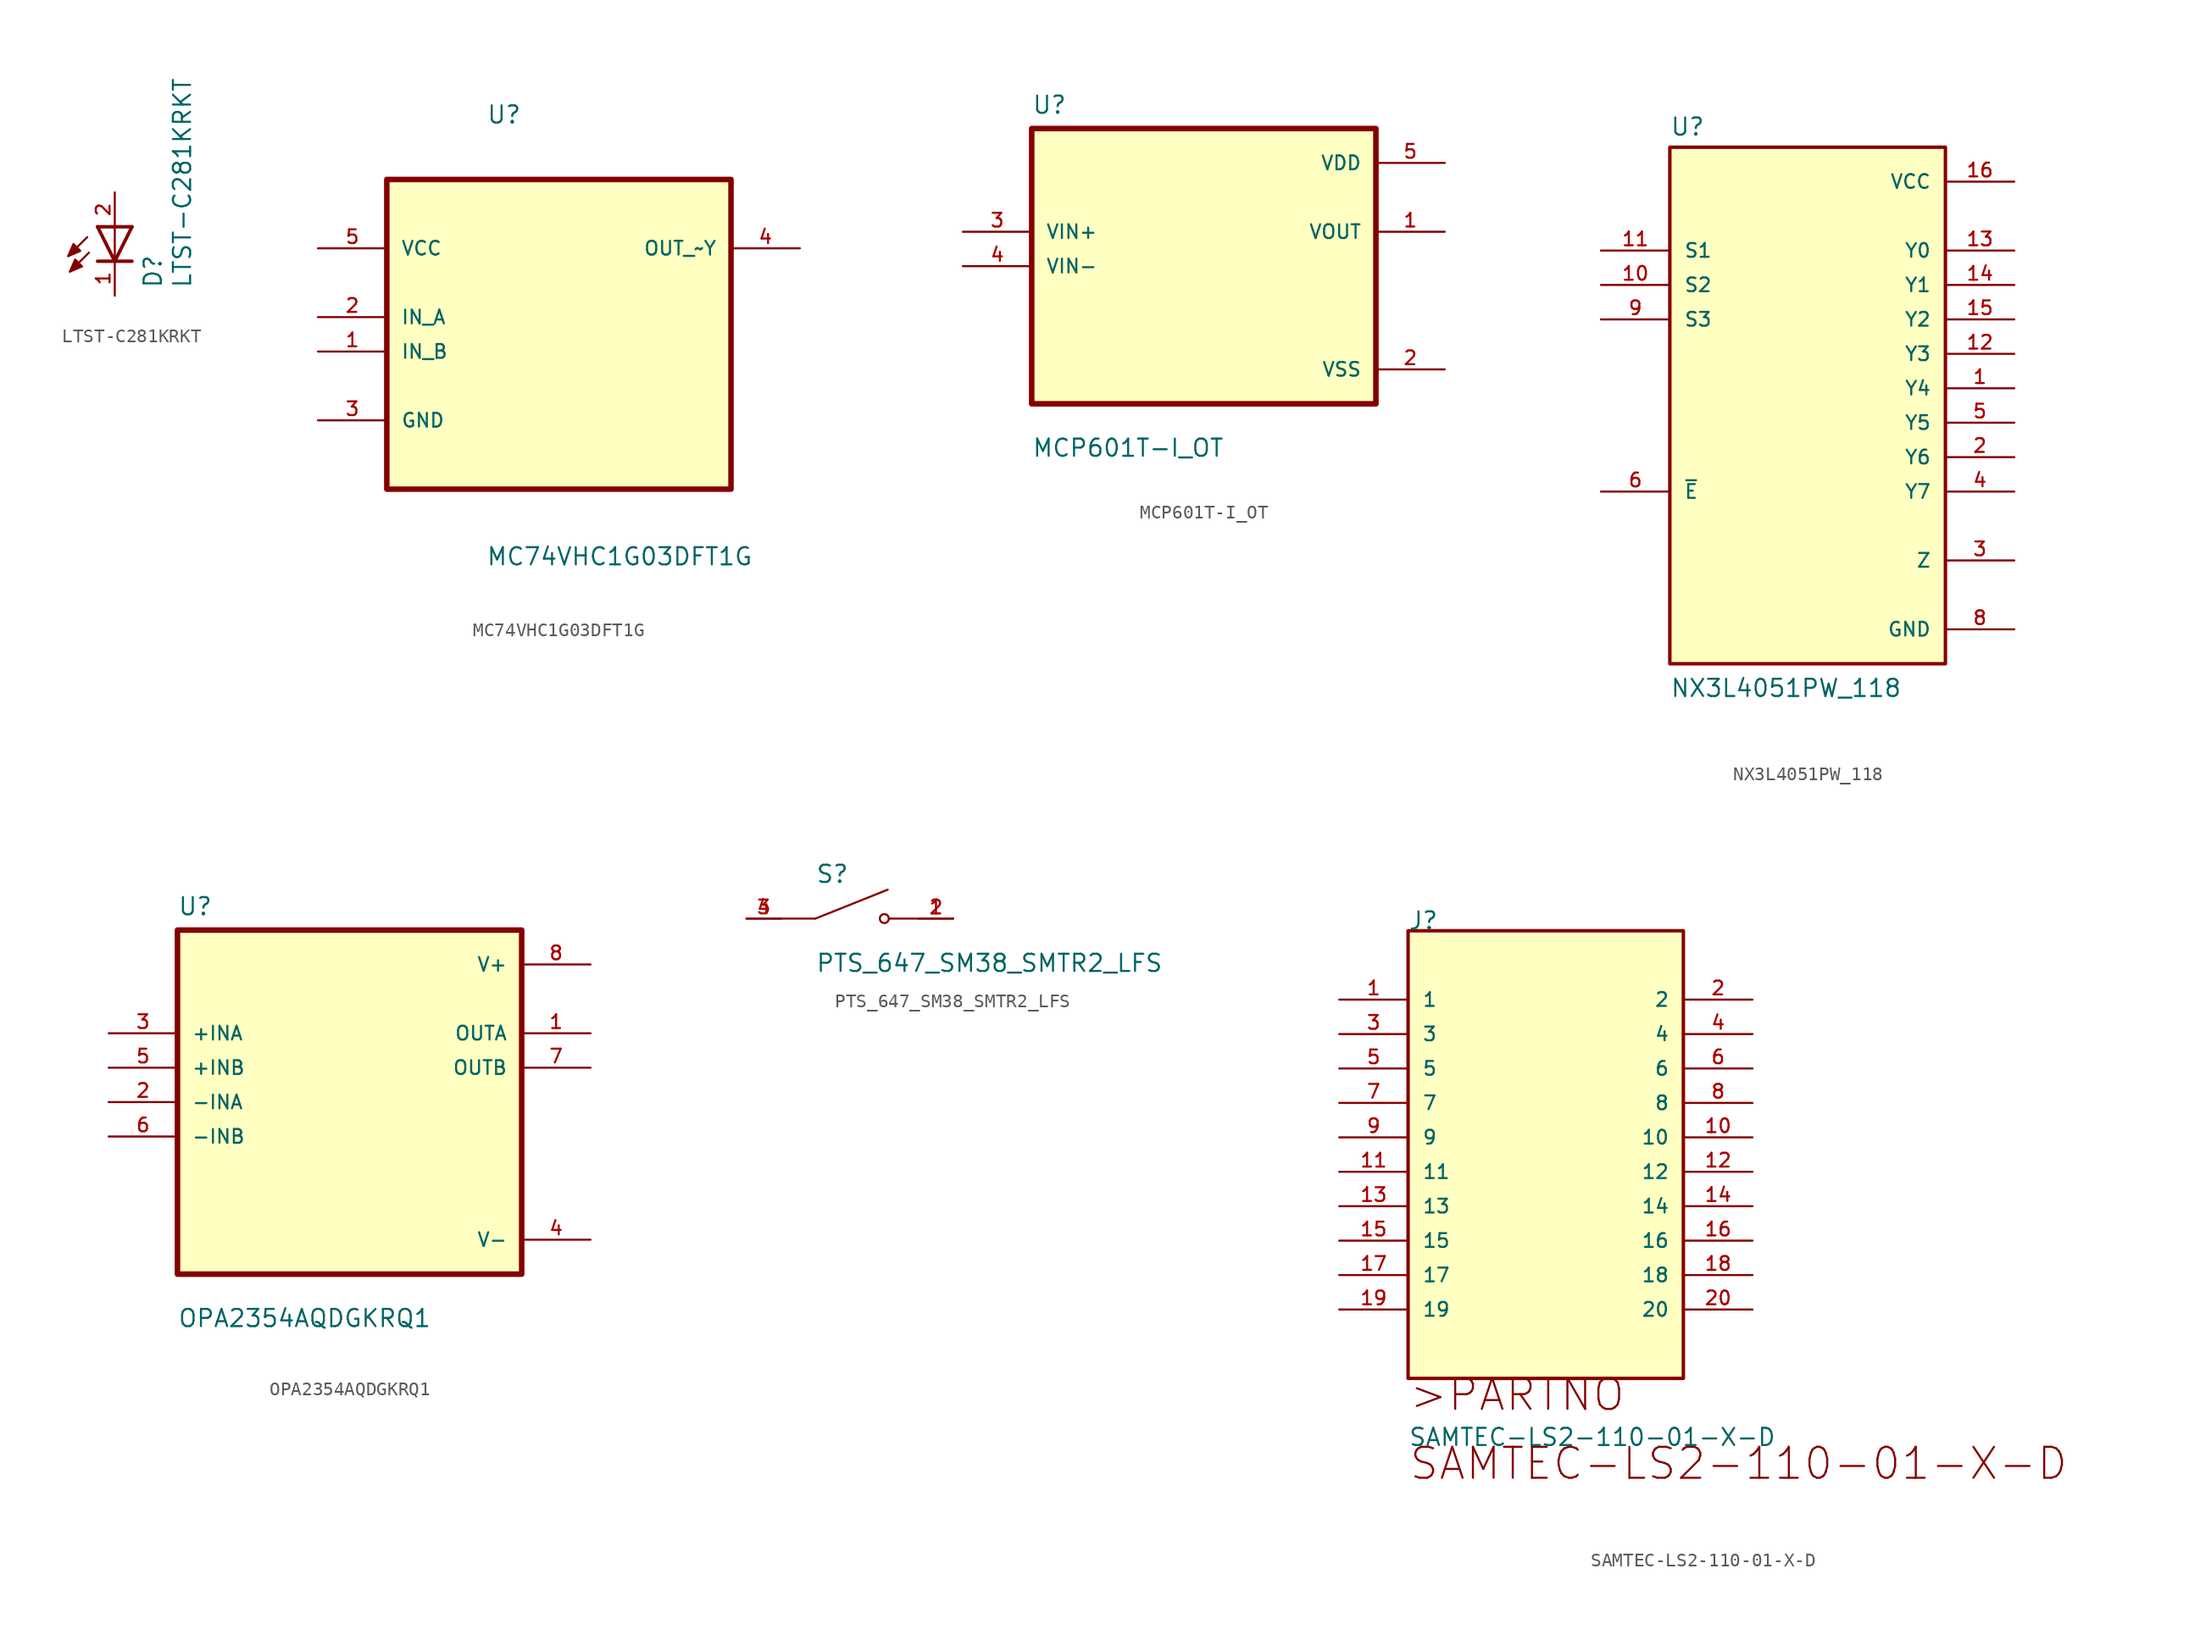
<source format=kicad_sym>
(kicad_symbol_lib
  (version 20231120)
  (generator "kicad_symbol_editor")
  (generator_version "8.0")
  (symbol "LTST-C281KRKT"
    (pin_names
      (offset 1.016))
    (property "Reference" "D"
      (at 3.556 -4.572 90)
      (effects (font (size 1.27 1.27)) (justify left bottom)))
    (property "Value" "LTST-C281KRKT"
      (at 5.715 -4.572 90)
      (effects (font (size 1.27 1.27)) (justify left bottom)))
    (symbol "LTST-C281KRKT_0_0"
      (polyline (pts (xy -2.032 -0.762) (xy -3.429 -2.159)) (stroke (width 0.152) (type default)) (fill (type none)))
      (polyline (pts (xy -1.905 -1.905) (xy -3.302 -3.302)) (stroke (width 0.152) (type default)) (fill (type none)))
      (polyline (pts (xy 0 -2.54) (xy -1.27 -2.54)) (stroke (width 0.254) (type default)) (fill (type none)))
      (polyline (pts (xy 0 -2.54) (xy -1.27 0)) (stroke (width 0.254) (type default)) (fill (type none)))
      (polyline (pts (xy 0 0) (xy -1.27 0)) (stroke (width 0.254) (type default)) (fill (type none)))
      (polyline (pts (xy 0 0) (xy 0 -2.54)) (stroke (width 0.152) (type default)) (fill (type none)))
      (polyline (pts (xy 1.27 -2.54) (xy 0 -2.54)) (stroke (width 0.254) (type default)) (fill (type none)))
      (polyline (pts (xy 1.27 0) (xy 0 -2.54)) (stroke (width 0.254) (type default)) (fill (type none)))
      (polyline (pts (xy 1.27 0) (xy 0 0)) (stroke (width 0.254) (type default)) (fill (type none)))
      (polyline (pts (xy -3.429 -2.159) (xy -3.048 -1.27) (xy -2.54 -1.778) (xy -3.429 -2.159)) (stroke (width 0.152) (type default)) (fill (type outline)))
      (polyline (pts (xy -3.302 -3.302) (xy -2.921 -2.413) (xy -2.413 -2.921) (xy -3.302 -3.302)) (stroke (width 0.152) (type default)) (fill (type outline)))
      (pin passive line (at 0 -5.08 90) (length 2.54) (name "~" (effects (font (size 1.016 1.016)))) (number "1" (effects (font (size 1.016 1.016)))))
      (pin passive line (at 0 2.54 270) (length 2.54) (name "~" (effects (font (size 1.016 1.016)))) (number "2" (effects (font (size 1.016 1.016)))))))
  (symbol "MC74VHC1G03DFT1G"
    (pin_names
      (offset 1.016))
    (property "Reference" "U"
      (at -5.359 11.659 0)
      (effects (font (size 1.27 1.27)) (justify left bottom)))
    (property "Value" "MC74VHC1G03DFT1G"
      (at -5.385 -20.955 0)
      (effects (font (size 1.27 1.27)) (justify left bottom)))
    (symbol "MC74VHC1G03DFT1G_0_0"
      (rectangle (start -12.7 -15.24) (end 12.7 7.62) (stroke (width 0.406) (type default)) (fill (type background)))
      (pin input line (at -17.78 -5.08 0) (length 5.08) (name "IN_B" (effects (font (size 1.016 1.016)))) (number "1" (effects (font (size 1.016 1.016)))))
      (pin input line (at -17.78 -2.54 0) (length 5.08) (name "IN_A" (effects (font (size 1.016 1.016)))) (number "2" (effects (font (size 1.016 1.016)))))
      (pin passive line (at -17.78 -10.16 0) (length 5.08) (name "GND" (effects (font (size 1.016 1.016)))) (number "3" (effects (font (size 1.016 1.016)))))
      (pin output line (at 17.78 2.54 180) (length 5.08) (name "OUT_~Y" (effects (font (size 1.016 1.016)))) (number "4" (effects (font (size 1.016 1.016)))))
      (pin power_in line (at -17.78 2.54 0) (length 5.08) (name "VCC" (effects (font (size 1.016 1.016)))) (number "5" (effects (font (size 1.016 1.016)))))))
  (symbol "MCP601T-I_OT"
    (pin_names
      (offset 1.016))
    (property "Reference" "U"
      (at -12.7 11.16 0)
      (effects (font (size 1.27 1.27)) (justify left bottom)))
    (property "Value" "MCP601T-I_OT"
      (at -12.7 -14.16 0)
      (effects (font (size 1.27 1.27)) (justify left bottom)))
    (symbol "MCP601T-I_OT_0_0"
      (rectangle (start -12.7 -10.16) (end 12.7 10.16) (stroke (width 0.41) (type default)) (fill (type background)))
      (pin output line (at 17.78 2.54 180) (length 5.08) (name "VOUT" (effects (font (size 1.016 1.016)))) (number "1" (effects (font (size 1.016 1.016)))))
      (pin power_in line (at 17.78 -7.62 180) (length 5.08) (name "VSS" (effects (font (size 1.016 1.016)))) (number "2" (effects (font (size 1.016 1.016)))))
      (pin input line (at -17.78 2.54 0) (length 5.08) (name "VIN+" (effects (font (size 1.016 1.016)))) (number "3" (effects (font (size 1.016 1.016)))))
      (pin input line (at -17.78 0 0) (length 5.08) (name "VIN-" (effects (font (size 1.016 1.016)))) (number "4" (effects (font (size 1.016 1.016)))))
      (pin power_in line (at 17.78 7.62 180) (length 5.08) (name "VDD" (effects (font (size 1.016 1.016)))) (number "5" (effects (font (size 1.016 1.016)))))))
  (symbol "NX3L4051PW_118"
    (pin_names
      (offset 1.016))
    (property "Reference" "U"
      (at -10.16 18.542 0)
      (effects (font (size 1.27 1.27)) (justify left bottom)))
    (property "Value" "NX3L4051PW_118"
      (at -10.16 -22.86 0)
      (effects (font (size 1.27 1.27)) (justify left bottom)))
    (symbol "NX3L4051PW_118_0_0"
      (rectangle (start -10.16 -20.32) (end 10.16 17.78) (stroke (width 0.254) (type default)) (fill (type background)))
      (pin bidirectional line (at 15.24 0 180) (length 5.08) (name "Y4" (effects (font (size 1.016 1.016)))) (number "1" (effects (font (size 1.016 1.016)))))
      (pin input line (at -15.24 7.62 0) (length 5.08) (name "S2" (effects (font (size 1.016 1.016)))) (number "10" (effects (font (size 1.016 1.016)))))
      (pin input line (at -15.24 10.16 0) (length 5.08) (name "S1" (effects (font (size 1.016 1.016)))) (number "11" (effects (font (size 1.016 1.016)))))
      (pin bidirectional line (at 15.24 2.54 180) (length 5.08) (name "Y3" (effects (font (size 1.016 1.016)))) (number "12" (effects (font (size 1.016 1.016)))))
      (pin bidirectional line (at 15.24 10.16 180) (length 5.08) (name "Y0" (effects (font (size 1.016 1.016)))) (number "13" (effects (font (size 1.016 1.016)))))
      (pin bidirectional line (at 15.24 7.62 180) (length 5.08) (name "Y1" (effects (font (size 1.016 1.016)))) (number "14" (effects (font (size 1.016 1.016)))))
      (pin bidirectional line (at 15.24 5.08 180) (length 5.08) (name "Y2" (effects (font (size 1.016 1.016)))) (number "15" (effects (font (size 1.016 1.016)))))
      (pin power_in line (at 15.24 15.24 180) (length 5.08) (name "VCC" (effects (font (size 1.016 1.016)))) (number "16" (effects (font (size 1.016 1.016)))))
      (pin bidirectional line (at 15.24 -5.08 180) (length 5.08) (name "Y6" (effects (font (size 1.016 1.016)))) (number "2" (effects (font (size 1.016 1.016)))))
      (pin bidirectional line (at 15.24 -12.7 180) (length 5.08) (name "Z" (effects (font (size 1.016 1.016)))) (number "3" (effects (font (size 1.016 1.016)))))
      (pin bidirectional line (at 15.24 -7.62 180) (length 5.08) (name "Y7" (effects (font (size 1.016 1.016)))) (number "4" (effects (font (size 1.016 1.016)))))
      (pin bidirectional line (at 15.24 -2.54 180) (length 5.08) (name "Y5" (effects (font (size 1.016 1.016)))) (number "5" (effects (font (size 1.016 1.016)))))
      (pin input line (at -15.24 -7.62 0) (length 5.08) (name "~{E}" (effects (font (size 1.016 1.016)))) (number "6" (effects (font (size 1.016 1.016)))))
      (pin power_in line (at 15.24 -17.78 180) (length 5.08) (name "GND" (effects (font (size 1.016 1.016)))) (number "8" (effects (font (size 1.016 1.016)))))
      (pin input line (at -15.24 5.08 0) (length 5.08) (name "S3" (effects (font (size 1.016 1.016)))) (number "9" (effects (font (size 1.016 1.016)))))))
  (symbol "OPA2354AQDGKRQ1"
    (pin_names
      (offset 1.016))
    (property "Reference" "U"
      (at -12.7 13.7 0)
      (effects (font (size 1.27 1.27)) (justify left bottom)))
    (property "Value" "OPA2354AQDGKRQ1"
      (at -12.7 -16.7 0)
      (effects (font (size 1.27 1.27)) (justify left bottom)))
    (symbol "OPA2354AQDGKRQ1_0_0"
      (rectangle (start -12.7 -12.7) (end 12.7 12.7) (stroke (width 0.41) (type default)) (fill (type background)))
      (pin output line (at 17.78 5.08 180) (length 5.08) (name "OUTA" (effects (font (size 1.016 1.016)))) (number "1" (effects (font (size 1.016 1.016)))))
      (pin input line (at -17.78 0 0) (length 5.08) (name "-INA" (effects (font (size 1.016 1.016)))) (number "2" (effects (font (size 1.016 1.016)))))
      (pin input line (at -17.78 5.08 0) (length 5.08) (name "+INA" (effects (font (size 1.016 1.016)))) (number "3" (effects (font (size 1.016 1.016)))))
      (pin power_in line (at 17.78 -10.16 180) (length 5.08) (name "V-" (effects (font (size 1.016 1.016)))) (number "4" (effects (font (size 1.016 1.016)))))
      (pin input line (at -17.78 2.54 0) (length 5.08) (name "+INB" (effects (font (size 1.016 1.016)))) (number "5" (effects (font (size 1.016 1.016)))))
      (pin input line (at -17.78 -2.54 0) (length 5.08) (name "-INB" (effects (font (size 1.016 1.016)))) (number "6" (effects (font (size 1.016 1.016)))))
      (pin output line (at 17.78 2.54 180) (length 5.08) (name "OUTB" (effects (font (size 1.016 1.016)))) (number "7" (effects (font (size 1.016 1.016)))))
      (pin power_in line (at 17.78 10.16 180) (length 5.08) (name "V+" (effects (font (size 1.016 1.016)))) (number "8" (effects (font (size 1.016 1.016)))))))
  (symbol "PTS_647_SM38_SMTR2_LFS"
    (pin_names
      (offset 1.016))
    (property "Reference" "S"
      (at -2.54 2.54 0)
      (effects (font (size 1.27 1.27)) (justify left bottom)))
    (property "Value" "PTS_647_SM38_SMTR2_LFS"
      (at -2.54 -2.54 0)
      (effects (font (size 1.27 1.27)) (justify left top)))
    (symbol "PTS_647_SM38_SMTR2_LFS_0_0"
      (polyline (pts (xy -2.54 0) (xy -5.08 0)) (stroke (width 0.152) (type default)) (fill (type none)))
      (polyline (pts (xy -2.54 0) (xy 2.794 2.134)) (stroke (width 0.152) (type default)) (fill (type none)))
      (polyline (pts (xy 5.08 0) (xy 2.921 0)) (stroke (width 0.152) (type default)) (fill (type none)))
      (circle (center 2.54 0) (radius 0.33) (stroke (width 0.152) (type default)) (fill (type none)))
      (pin passive line (at 7.62 0 180) (length 2.54) (name "~" (effects (font (size 1.016 1.016)))) (number "1" (effects (font (size 1.016 1.016)))))
      (pin passive line (at 7.62 0 180) (length 2.54) (name "~" (effects (font (size 1.016 1.016)))) (number "2" (effects (font (size 1.016 1.016)))))
      (pin passive line (at -7.62 0 0) (length 2.54) (name "~" (effects (font (size 1.016 1.016)))) (number "3" (effects (font (size 1.016 1.016)))))
      (pin passive line (at -7.62 0 0) (length 2.54) (name "~" (effects (font (size 1.016 1.016)))) (number "4" (effects (font (size 1.016 1.016)))))))
  (symbol "SAMTEC-LS2-110-01-X-D"
    (pin_names
      (offset 1.016))
    (property "Reference" "J"
      (at 0 5.08 0)
      (effects (font (size 1.27 1.27)) (justify left bottom)))
    (property "Value" "SAMTEC-LS2-110-01-X-D"
      (at 0 -33.02 0)
      (effects (font (size 1.27 1.27)) (justify left bottom)))
    (symbol "SAMTEC-LS2-110-01-X-D_0_0"
      (rectangle (start 0 -27.94) (end 20.3 5.08) (stroke (width 0.254) (type default)) (fill (type background)))
      (text ">PARTNO" (at 0 -30.48 0) (effects (font (size 2.286 2.286)) (justify left bottom)))
      (text "SAMTEC-LS2-110-01-X-D" (at 0 -35.56 0) (effects (font (size 2.286 2.286)) (justify left bottom)))
      (pin passive line (at -5.08 0 0) (length 5.08) (name "1" (effects (font (size 1.016 1.016)))) (number "1" (effects (font (size 1.016 1.016)))))
      (pin passive line (at 25.4 -10.16 180) (length 5.08) (name "10" (effects (font (size 1.016 1.016)))) (number "10" (effects (font (size 1.016 1.016)))))
      (pin passive line (at -5.08 -12.7 0) (length 5.08) (name "11" (effects (font (size 1.016 1.016)))) (number "11" (effects (font (size 1.016 1.016)))))
      (pin passive line (at 25.4 -12.7 180) (length 5.08) (name "12" (effects (font (size 1.016 1.016)))) (number "12" (effects (font (size 1.016 1.016)))))
      (pin passive line (at -5.08 -15.24 0) (length 5.08) (name "13" (effects (font (size 1.016 1.016)))) (number "13" (effects (font (size 1.016 1.016)))))
      (pin passive line (at 25.4 -15.24 180) (length 5.08) (name "14" (effects (font (size 1.016 1.016)))) (number "14" (effects (font (size 1.016 1.016)))))
      (pin passive line (at -5.08 -17.78 0) (length 5.08) (name "15" (effects (font (size 1.016 1.016)))) (number "15" (effects (font (size 1.016 1.016)))))
      (pin passive line (at 25.4 -17.78 180) (length 5.08) (name "16" (effects (font (size 1.016 1.016)))) (number "16" (effects (font (size 1.016 1.016)))))
      (pin passive line (at -5.08 -20.32 0) (length 5.08) (name "17" (effects (font (size 1.016 1.016)))) (number "17" (effects (font (size 1.016 1.016)))))
      (pin passive line (at 25.4 -20.32 180) (length 5.08) (name "18" (effects (font (size 1.016 1.016)))) (number "18" (effects (font (size 1.016 1.016)))))
      (pin passive line (at -5.08 -22.86 0) (length 5.08) (name "19" (effects (font (size 1.016 1.016)))) (number "19" (effects (font (size 1.016 1.016)))))
      (pin passive line (at 25.4 0 180) (length 5.08) (name "2" (effects (font (size 1.016 1.016)))) (number "2" (effects (font (size 1.016 1.016)))))
      (pin passive line (at 25.4 -22.86 180) (length 5.08) (name "20" (effects (font (size 1.016 1.016)))) (number "20" (effects (font (size 1.016 1.016)))))
      (pin passive line (at -5.08 -2.54 0) (length 5.08) (name "3" (effects (font (size 1.016 1.016)))) (number "3" (effects (font (size 1.016 1.016)))))
      (pin passive line (at 25.4 -2.54 180) (length 5.08) (name "4" (effects (font (size 1.016 1.016)))) (number "4" (effects (font (size 1.016 1.016)))))
      (pin passive line (at -5.08 -5.08 0) (length 5.08) (name "5" (effects (font (size 1.016 1.016)))) (number "5" (effects (font (size 1.016 1.016)))))
      (pin passive line (at 25.4 -5.08 180) (length 5.08) (name "6" (effects (font (size 1.016 1.016)))) (number "6" (effects (font (size 1.016 1.016)))))
      (pin passive line (at -5.08 -7.62 0) (length 5.08) (name "7" (effects (font (size 1.016 1.016)))) (number "7" (effects (font (size 1.016 1.016)))))
      (pin passive line (at 25.4 -7.62 180) (length 5.08) (name "8" (effects (font (size 1.016 1.016)))) (number "8" (effects (font (size 1.016 1.016)))))
      (pin passive line (at -5.08 -10.16 0) (length 5.08) (name "9" (effects (font (size 1.016 1.016)))) (number "9" (effects (font (size 1.016 1.016))))))))
</source>
